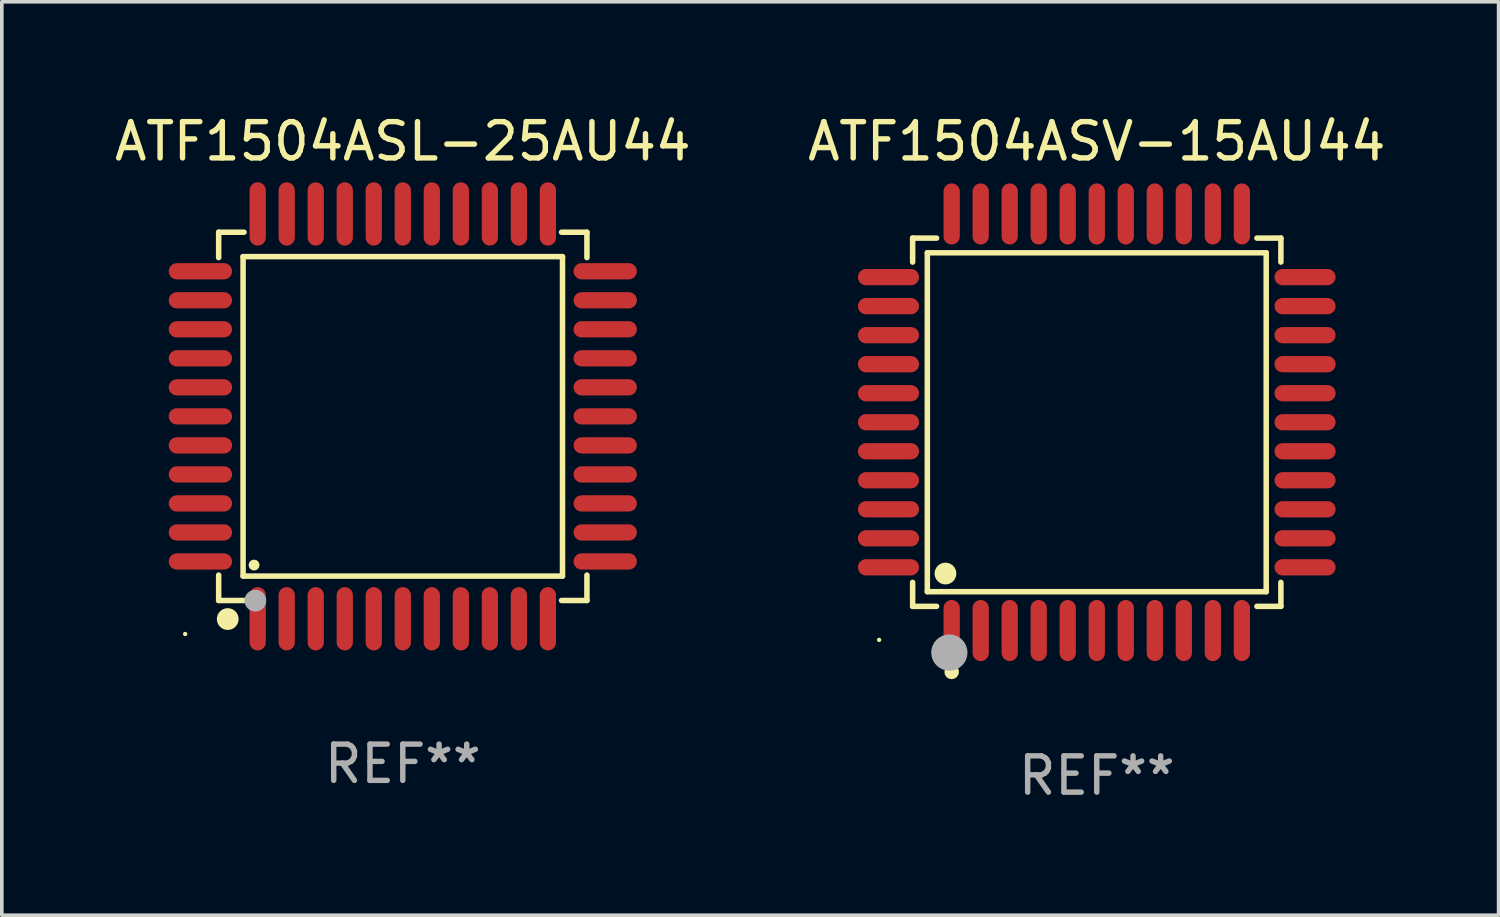
<source format=kicad_pcb>
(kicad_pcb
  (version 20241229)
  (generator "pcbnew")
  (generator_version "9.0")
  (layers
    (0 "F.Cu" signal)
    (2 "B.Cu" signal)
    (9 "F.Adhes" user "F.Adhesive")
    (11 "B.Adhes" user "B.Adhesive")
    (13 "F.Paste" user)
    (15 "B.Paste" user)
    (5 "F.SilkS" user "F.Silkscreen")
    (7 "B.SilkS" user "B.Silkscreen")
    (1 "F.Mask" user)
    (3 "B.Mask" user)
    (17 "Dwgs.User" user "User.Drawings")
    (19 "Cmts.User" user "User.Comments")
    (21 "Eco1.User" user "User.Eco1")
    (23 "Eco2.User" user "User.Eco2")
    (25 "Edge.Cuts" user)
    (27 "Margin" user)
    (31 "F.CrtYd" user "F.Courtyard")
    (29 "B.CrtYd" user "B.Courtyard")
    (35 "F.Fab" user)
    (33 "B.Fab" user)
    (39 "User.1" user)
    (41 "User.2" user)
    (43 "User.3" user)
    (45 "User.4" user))
  (footprint "ATF1504ASV-15AU44"
    (layer "F.Cu")
    (at 27.185 8.59)
    (property "Reference" "ATF1504ASV-15AU44" (at 0 -7.742 0) (layer "F.SilkS") (effects (font (size 1 1) (thickness 0.15))))
    (attr through_hole)
    (fp_line (start -5.076 -5.076) (end -4.415 -5.076) (stroke (width 0.152) (type solid)) (layer "F.SilkS"))
    (fp_line (start -5.076 -4.415) (end -5.076 -5.076) (stroke (width 0.152) (type solid)) (layer "F.SilkS"))
    (fp_line (start -5.076 4.415) (end -5.076 5.076) (stroke (width 0.152) (type solid)) (layer "F.SilkS"))
    (fp_line (start -5.076 5.076) (end -4.415 5.076) (stroke (width 0.152) (type solid)) (layer "F.SilkS"))
    (fp_line (start -4.671 -4.671) (end 4.671 -4.671) (stroke (width 0.152) (type solid)) (layer "F.SilkS"))
    (fp_line (start -4.671 4.671) (end -4.671 -4.671) (stroke (width 0.152) (type solid)) (layer "F.SilkS"))
    (fp_line (start 4.671 -4.671) (end 4.671 4.671) (stroke (width 0.152) (type solid)) (layer "F.SilkS"))
    (fp_line (start 4.671 4.671) (end -4.671 4.671) (stroke (width 0.152) (type solid)) (layer "F.SilkS"))
    (fp_line (start 5.076 -5.076) (end 4.415 -5.076) (stroke (width 0.152) (type solid)) (layer "F.SilkS"))
    (fp_line (start 5.076 -4.415) (end 5.076 -5.076) (stroke (width 0.152) (type solid)) (layer "F.SilkS"))
    (fp_line (start 5.076 4.415) (end 5.076 5.076) (stroke (width 0.152) (type solid)) (layer "F.SilkS"))
    (fp_line (start 5.076 5.076) (end 4.415 5.076) (stroke (width 0.152) (type solid)) (layer "F.SilkS"))
    (fp_circle (center -6 6) (end -5.97 6) (stroke (width 0.06) (type solid)) (fill no) (layer "F.SilkS"))
    (fp_circle (center -4.171 4.171) (end -4.021 4.171) (stroke (width 0.3) (type solid)) (fill no) (layer "F.SilkS"))
    (fp_circle (center -4 6.884) (end -3.9 6.884) (stroke (width 0.2) (type solid)) (fill no) (layer "F.SilkS"))
    (fp_circle (center -4.064 6.35) (end -3.814 6.35) (stroke (width 0.5) (type solid)) (fill no) (layer "F.Fab"))
    (fp_text user "REF**" (at 0 9.742 0) (layer "F.Fab") (effects (font (size 1 1) (thickness 0.15))))
    (pad "1" smd oval (at -4 5.742) (size 0.448 1.684) (layers "F.Cu" "F.Mask" "F.Paste"))
    (pad "2" smd oval (at -3.2 5.742) (size 0.448 1.684) (layers "F.Cu" "F.Mask" "F.Paste"))
    (pad "3" smd oval (at -2.4 5.742) (size 0.448 1.684) (layers "F.Cu" "F.Mask" "F.Paste"))
    (pad "4" smd oval (at -1.6 5.742) (size 0.448 1.684) (layers "F.Cu" "F.Mask" "F.Paste"))
    (pad "5" smd oval (at -0.8 5.742) (size 0.448 1.684) (layers "F.Cu" "F.Mask" "F.Paste"))
    (pad "6" smd oval (at 0 5.742) (size 0.448 1.684) (layers "F.Cu" "F.Mask" "F.Paste"))
    (pad "7" smd oval (at 0.8 5.742) (size 0.448 1.684) (layers "F.Cu" "F.Mask" "F.Paste"))
    (pad "8" smd oval (at 1.6 5.742) (size 0.448 1.684) (layers "F.Cu" "F.Mask" "F.Paste"))
    (pad "9" smd oval (at 2.4 5.742) (size 0.448 1.684) (layers "F.Cu" "F.Mask" "F.Paste"))
    (pad "10" smd oval (at 3.2 5.742) (size 0.448 1.684) (layers "F.Cu" "F.Mask" "F.Paste"))
    (pad "11" smd oval (at 4 5.742) (size 0.448 1.684) (layers "F.Cu" "F.Mask" "F.Paste"))
    (pad "12" smd oval (at 5.742 4) (size 1.684 0.448) (layers "F.Cu" "F.Mask" "F.Paste"))
    (pad "13" smd oval (at 5.742 3.2) (size 1.684 0.448) (layers "F.Cu" "F.Mask" "F.Paste"))
    (pad "14" smd oval (at 5.742 2.4) (size 1.684 0.448) (layers "F.Cu" "F.Mask" "F.Paste"))
    (pad "15" smd oval (at 5.742 1.6) (size 1.684 0.448) (layers "F.Cu" "F.Mask" "F.Paste"))
    (pad "16" smd oval (at 5.742 0.8) (size 1.684 0.448) (layers "F.Cu" "F.Mask" "F.Paste"))
    (pad "17" smd oval (at 5.742 0) (size 1.684 0.448) (layers "F.Cu" "F.Mask" "F.Paste"))
    (pad "18" smd oval (at 5.742 -0.8) (size 1.684 0.448) (layers "F.Cu" "F.Mask" "F.Paste"))
    (pad "19" smd oval (at 5.742 -1.6) (size 1.684 0.448) (layers "F.Cu" "F.Mask" "F.Paste"))
    (pad "20" smd oval (at 5.742 -2.4) (size 1.684 0.448) (layers "F.Cu" "F.Mask" "F.Paste"))
    (pad "21" smd oval (at 5.742 -3.2) (size 1.684 0.448) (layers "F.Cu" "F.Mask" "F.Paste"))
    (pad "22" smd oval (at 5.742 -4) (size 1.684 0.448) (layers "F.Cu" "F.Mask" "F.Paste"))
    (pad "23" smd oval (at 4 -5.742) (size 0.448 1.684) (layers "F.Cu" "F.Mask" "F.Paste"))
    (pad "24" smd oval (at 3.2 -5.742) (size 0.448 1.684) (layers "F.Cu" "F.Mask" "F.Paste"))
    (pad "25" smd oval (at 2.4 -5.742) (size 0.448 1.684) (layers "F.Cu" "F.Mask" "F.Paste"))
    (pad "26" smd oval (at 1.6 -5.742) (size 0.448 1.684) (layers "F.Cu" "F.Mask" "F.Paste"))
    (pad "27" smd oval (at 0.8 -5.742) (size 0.448 1.684) (layers "F.Cu" "F.Mask" "F.Paste"))
    (pad "28" smd oval (at 0 -5.742) (size 0.448 1.684) (layers "F.Cu" "F.Mask" "F.Paste"))
    (pad "29" smd oval (at -0.8 -5.742) (size 0.448 1.684) (layers "F.Cu" "F.Mask" "F.Paste"))
    (pad "30" smd oval (at -1.6 -5.742) (size 0.448 1.684) (layers "F.Cu" "F.Mask" "F.Paste"))
    (pad "31" smd oval (at -2.4 -5.742) (size 0.448 1.684) (layers "F.Cu" "F.Mask" "F.Paste"))
    (pad "32" smd oval (at -3.2 -5.742) (size 0.448 1.684) (layers "F.Cu" "F.Mask" "F.Paste"))
    (pad "33" smd oval (at -4 -5.742) (size 0.448 1.684) (layers "F.Cu" "F.Mask" "F.Paste"))
    (pad "34" smd oval (at -5.742 -4) (size 1.684 0.448) (layers "F.Cu" "F.Mask" "F.Paste"))
    (pad "35" smd oval (at -5.742 -3.2) (size 1.684 0.448) (layers "F.Cu" "F.Mask" "F.Paste"))
    (pad "36" smd oval (at -5.742 -2.4) (size 1.684 0.448) (layers "F.Cu" "F.Mask" "F.Paste"))
    (pad "37" smd oval (at -5.742 -1.6) (size 1.684 0.448) (layers "F.Cu" "F.Mask" "F.Paste"))
    (pad "38" smd oval (at -5.742 -0.8) (size 1.684 0.448) (layers "F.Cu" "F.Mask" "F.Paste"))
    (pad "39" smd oval (at -5.742 0) (size 1.684 0.448) (layers "F.Cu" "F.Mask" "F.Paste"))
    (pad "40" smd oval (at -5.742 0.8) (size 1.684 0.448) (layers "F.Cu" "F.Mask" "F.Paste"))
    (pad "41" smd oval (at -5.742 1.6) (size 1.684 0.448) (layers "F.Cu" "F.Mask" "F.Paste"))
    (pad "42" smd oval (at -5.742 2.4) (size 1.684 0.448) (layers "F.Cu" "F.Mask" "F.Paste"))
    (pad "43" smd oval (at -5.742 3.2) (size 1.684 0.448) (layers "F.Cu" "F.Mask" "F.Paste"))
    (pad "44" smd oval (at -5.742 4) (size 1.684 0.448) (layers "F.Cu" "F.Mask" "F.Paste")))
  (footprint "ATF1504ASL-25AU44"
    (layer "F.Cu")
    (at 8.054 8.428)
    (property "Reference" "ATF1504ASL-25AU44" (at 0 -7.58 0) (layer "F.SilkS") (effects (font (size 1 1) (thickness 0.15))))
    (attr through_hole)
    (fp_line (start -5.076 -5.076) (end -5.076 -4.376) (stroke (width 0.152) (type solid)) (layer "F.SilkS"))
    (fp_line (start -5.076 5.076) (end -5.076 4.376) (stroke (width 0.152) (type solid)) (layer "F.SilkS"))
    (fp_line (start -4.403 -4.403) (end 4.403 -4.403) (stroke (width 0.152) (type solid)) (layer "F.SilkS"))
    (fp_line (start -4.403 4.403) (end -4.403 -4.403) (stroke (width 0.152) (type solid)) (layer "F.SilkS"))
    (fp_line (start -4.376 -5.076) (end -5.076 -5.076) (stroke (width 0.152) (type solid)) (layer "F.SilkS"))
    (fp_line (start -4.376 5.076) (end -5.076 5.076) (stroke (width 0.152) (type solid)) (layer "F.SilkS"))
    (fp_line (start 4.376 -5.076) (end 5.076 -5.076) (stroke (width 0.152) (type solid)) (layer "F.SilkS"))
    (fp_line (start 4.376 5.076) (end 5.076 5.076) (stroke (width 0.152) (type solid)) (layer "F.SilkS"))
    (fp_line (start 4.403 -4.403) (end 4.403 4.403) (stroke (width 0.152) (type solid)) (layer "F.SilkS"))
    (fp_line (start 4.403 4.403) (end -4.403 4.403) (stroke (width 0.152) (type solid)) (layer "F.SilkS"))
    (fp_line (start 5.076 -5.076) (end 5.076 -4.376) (stroke (width 0.152) (type solid)) (layer "F.SilkS"))
    (fp_line (start 5.076 5.076) (end 5.076 4.376) (stroke (width 0.152) (type solid)) (layer "F.SilkS"))
    (fp_circle (center -6 6) (end -5.97 6) (stroke (width 0.06) (type solid)) (fill no) (layer "F.SilkS"))
    (fp_circle (center -4.826 5.588) (end -4.676 5.588) (stroke (width 0.3) (type solid)) (fill no) (layer "F.SilkS"))
    (fp_circle (center -4.1 4.1) (end -4.025 4.1) (stroke (width 0.15) (type solid)) (fill no) (layer "F.SilkS"))
    (fp_circle (center -4.064 5.08) (end -3.914 5.08) (stroke (width 0.3) (type solid)) (fill no) (layer "F.Fab"))
    (fp_text user "REF**" (at 0 9.58 0) (layer "F.Fab") (effects (font (size 1 1) (thickness 0.15))))
    (pad "1" smd oval (at -4 5.58) (size 0.448 1.745) (layers "F.Cu" "F.Mask" "F.Paste"))
    (pad "2" smd oval (at -3.2 5.58) (size 0.448 1.745) (layers "F.Cu" "F.Mask" "F.Paste"))
    (pad "3" smd oval (at -2.4 5.58) (size 0.448 1.745) (layers "F.Cu" "F.Mask" "F.Paste"))
    (pad "4" smd oval (at -1.6 5.58) (size 0.448 1.745) (layers "F.Cu" "F.Mask" "F.Paste"))
    (pad "5" smd oval (at -0.8 5.58) (size 0.448 1.745) (layers "F.Cu" "F.Mask" "F.Paste"))
    (pad "6" smd oval (at 0 5.58) (size 0.448 1.745) (layers "F.Cu" "F.Mask" "F.Paste"))
    (pad "7" smd oval (at 0.8 5.58) (size 0.448 1.745) (layers "F.Cu" "F.Mask" "F.Paste"))
    (pad "8" smd oval (at 1.6 5.58) (size 0.448 1.745) (layers "F.Cu" "F.Mask" "F.Paste"))
    (pad "9" smd oval (at 2.4 5.58) (size 0.448 1.745) (layers "F.Cu" "F.Mask" "F.Paste"))
    (pad "10" smd oval (at 3.2 5.58) (size 0.448 1.745) (layers "F.Cu" "F.Mask" "F.Paste"))
    (pad "11" smd oval (at 4 5.58) (size 0.448 1.745) (layers "F.Cu" "F.Mask" "F.Paste"))
    (pad "12" smd oval (at 5.58 4) (size 1.745 0.448) (layers "F.Cu" "F.Mask" "F.Paste"))
    (pad "13" smd oval (at 5.58 3.2) (size 1.745 0.448) (layers "F.Cu" "F.Mask" "F.Paste"))
    (pad "14" smd oval (at 5.58 2.4) (size 1.745 0.448) (layers "F.Cu" "F.Mask" "F.Paste"))
    (pad "15" smd oval (at 5.58 1.6) (size 1.745 0.448) (layers "F.Cu" "F.Mask" "F.Paste"))
    (pad "16" smd oval (at 5.58 0.8) (size 1.745 0.448) (layers "F.Cu" "F.Mask" "F.Paste"))
    (pad "17" smd oval (at 5.58 0) (size 1.745 0.448) (layers "F.Cu" "F.Mask" "F.Paste"))
    (pad "18" smd oval (at 5.58 -0.8) (size 1.745 0.448) (layers "F.Cu" "F.Mask" "F.Paste"))
    (pad "19" smd oval (at 5.58 -1.6) (size 1.745 0.448) (layers "F.Cu" "F.Mask" "F.Paste"))
    (pad "20" smd oval (at 5.58 -2.4) (size 1.745 0.448) (layers "F.Cu" "F.Mask" "F.Paste"))
    (pad "21" smd oval (at 5.58 -3.2) (size 1.745 0.448) (layers "F.Cu" "F.Mask" "F.Paste"))
    (pad "22" smd oval (at 5.58 -4) (size 1.745 0.448) (layers "F.Cu" "F.Mask" "F.Paste"))
    (pad "23" smd oval (at 4 -5.58) (size 0.448 1.745) (layers "F.Cu" "F.Mask" "F.Paste"))
    (pad "24" smd oval (at 3.2 -5.58) (size 0.448 1.745) (layers "F.Cu" "F.Mask" "F.Paste"))
    (pad "25" smd oval (at 2.4 -5.58) (size 0.448 1.745) (layers "F.Cu" "F.Mask" "F.Paste"))
    (pad "26" smd oval (at 1.6 -5.58) (size 0.448 1.745) (layers "F.Cu" "F.Mask" "F.Paste"))
    (pad "27" smd oval (at 0.8 -5.58) (size 0.448 1.745) (layers "F.Cu" "F.Mask" "F.Paste"))
    (pad "28" smd oval (at 0 -5.58) (size 0.448 1.745) (layers "F.Cu" "F.Mask" "F.Paste"))
    (pad "29" smd oval (at -0.8 -5.58) (size 0.448 1.745) (layers "F.Cu" "F.Mask" "F.Paste"))
    (pad "30" smd oval (at -1.6 -5.58) (size 0.448 1.745) (layers "F.Cu" "F.Mask" "F.Paste"))
    (pad "31" smd oval (at -2.4 -5.58) (size 0.448 1.745) (layers "F.Cu" "F.Mask" "F.Paste"))
    (pad "32" smd oval (at -3.2 -5.58) (size 0.448 1.745) (layers "F.Cu" "F.Mask" "F.Paste"))
    (pad "33" smd oval (at -4 -5.58) (size 0.448 1.745) (layers "F.Cu" "F.Mask" "F.Paste"))
    (pad "34" smd oval (at -5.58 -4) (size 1.745 0.448) (layers "F.Cu" "F.Mask" "F.Paste"))
    (pad "35" smd oval (at -5.58 -3.2) (size 1.745 0.448) (layers "F.Cu" "F.Mask" "F.Paste"))
    (pad "36" smd oval (at -5.58 -2.4) (size 1.745 0.448) (layers "F.Cu" "F.Mask" "F.Paste"))
    (pad "37" smd oval (at -5.58 -1.6) (size 1.745 0.448) (layers "F.Cu" "F.Mask" "F.Paste"))
    (pad "38" smd oval (at -5.58 -0.8) (size 1.745 0.448) (layers "F.Cu" "F.Mask" "F.Paste"))
    (pad "39" smd oval (at -5.58 0) (size 1.745 0.448) (layers "F.Cu" "F.Mask" "F.Paste"))
    (pad "40" smd oval (at -5.58 0.8) (size 1.745 0.448) (layers "F.Cu" "F.Mask" "F.Paste"))
    (pad "41" smd oval (at -5.58 1.6) (size 1.745 0.448) (layers "F.Cu" "F.Mask" "F.Paste"))
    (pad "42" smd oval (at -5.58 2.4) (size 1.745 0.448) (layers "F.Cu" "F.Mask" "F.Paste"))
    (pad "43" smd oval (at -5.58 3.2) (size 1.745 0.448) (layers "F.Cu" "F.Mask" "F.Paste"))
    (pad "44" smd oval (at -5.58 4) (size 1.745 0.448) (layers "F.Cu" "F.Mask" "F.Paste")))
  (gr_rect
    (start -3 -3)
    (end 38.262 22.18)
    (stroke (width 0.1) (type default))
    (fill no)
    (layer "Edge.Cuts")))
</source>
